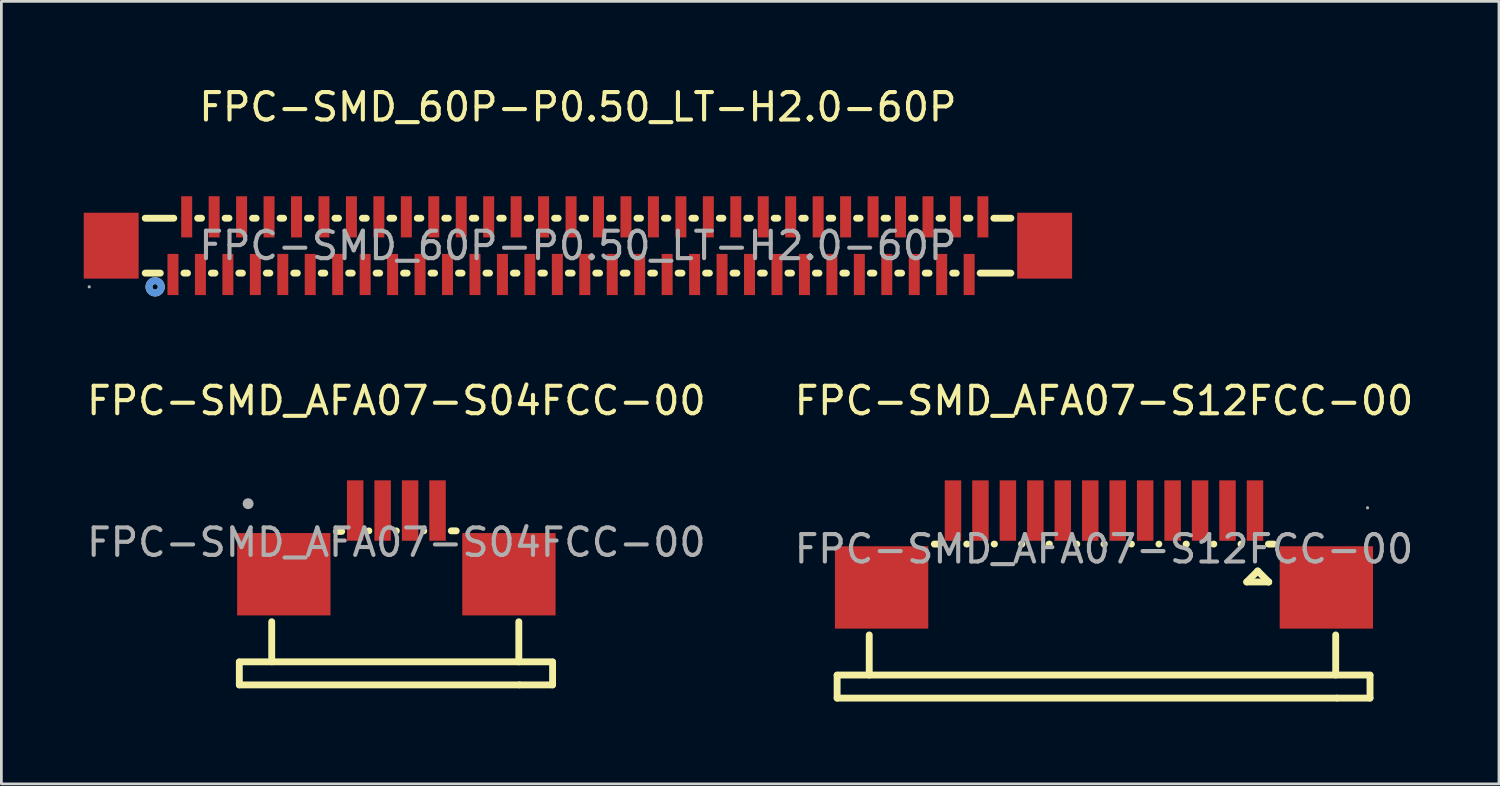
<source format=kicad_pcb>
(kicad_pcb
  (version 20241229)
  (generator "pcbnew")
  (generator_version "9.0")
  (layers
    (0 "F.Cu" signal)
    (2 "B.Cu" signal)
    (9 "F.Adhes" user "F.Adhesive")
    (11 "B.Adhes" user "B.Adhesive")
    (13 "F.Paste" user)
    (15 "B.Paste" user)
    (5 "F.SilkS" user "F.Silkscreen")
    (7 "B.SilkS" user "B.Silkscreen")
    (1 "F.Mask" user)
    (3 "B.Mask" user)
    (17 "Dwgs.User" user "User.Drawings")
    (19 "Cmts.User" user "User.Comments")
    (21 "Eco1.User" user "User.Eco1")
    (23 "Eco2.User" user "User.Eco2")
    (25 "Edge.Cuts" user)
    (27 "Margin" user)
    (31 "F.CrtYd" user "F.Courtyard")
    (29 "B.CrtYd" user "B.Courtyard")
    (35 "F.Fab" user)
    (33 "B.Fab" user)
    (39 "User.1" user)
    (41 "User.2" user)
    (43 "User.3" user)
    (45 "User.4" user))
  (footprint "FPC-SMD_60P-P0.50_LT-H2.0-60P"
    (layer "F.Cu")
    (at 18 5.898)
    (property "Reference" "FPC-SMD_60P-P0.50_LT-H2.0-60P" (at 0 -5.05 0) (layer "F.SilkS") (effects (font (size 1 1) (thickness 0.15))))
    (attr through_hole)
    (fp_line (start -15.76 1) (end -15.21 1) (stroke (width 0.25) (type solid)) (layer "F.SilkS"))
    (fp_line (start -14.72 -1) (end -15.76 -1) (stroke (width 0.25) (type solid)) (layer "F.SilkS"))
    (fp_line (start -14.35 1) (end -14.22 1) (stroke (width 0.25) (type solid)) (layer "F.SilkS"))
    (fp_line (start -13.71 -1) (end -13.85 -1) (stroke (width 0.25) (type solid)) (layer "F.SilkS"))
    (fp_line (start -13.35 1) (end -13.22 1) (stroke (width 0.25) (type solid)) (layer "F.SilkS"))
    (fp_line (start -12.71 -1) (end -12.85 -1) (stroke (width 0.25) (type solid)) (layer "F.SilkS"))
    (fp_line (start -12.35 1) (end -12.22 1) (stroke (width 0.25) (type solid)) (layer "F.SilkS"))
    (fp_line (start -11.72 -1) (end -11.85 -1) (stroke (width 0.25) (type solid)) (layer "F.SilkS"))
    (fp_line (start -11.35 1) (end -11.22 1) (stroke (width 0.25) (type solid)) (layer "F.SilkS"))
    (fp_line (start -10.72 -1) (end -10.85 -1) (stroke (width 0.25) (type solid)) (layer "F.SilkS"))
    (fp_line (start -10.35 1) (end -10.22 1) (stroke (width 0.25) (type solid)) (layer "F.SilkS"))
    (fp_line (start -9.72 -1) (end -9.85 -1) (stroke (width 0.25) (type solid)) (layer "F.SilkS"))
    (fp_line (start -9.35 1) (end -9.22 1) (stroke (width 0.25) (type solid)) (layer "F.SilkS"))
    (fp_line (start -8.72 -1) (end -8.85 -1) (stroke (width 0.25) (type solid)) (layer "F.SilkS"))
    (fp_line (start -8.35 1) (end -8.22 1) (stroke (width 0.25) (type solid)) (layer "F.SilkS"))
    (fp_line (start -7.71 -1) (end -7.85 -1) (stroke (width 0.25) (type solid)) (layer "F.SilkS"))
    (fp_line (start -7.35 1) (end -7.22 1) (stroke (width 0.25) (type solid)) (layer "F.SilkS"))
    (fp_line (start -6.71 -1) (end -6.85 -1) (stroke (width 0.25) (type solid)) (layer "F.SilkS"))
    (fp_line (start -6.35 1) (end -6.22 1) (stroke (width 0.25) (type solid)) (layer "F.SilkS"))
    (fp_line (start -5.72 -1) (end -5.85 -1) (stroke (width 0.25) (type solid)) (layer "F.SilkS"))
    (fp_line (start -5.35 1) (end -5.22 1) (stroke (width 0.25) (type solid)) (layer "F.SilkS"))
    (fp_line (start -4.72 -1) (end -4.85 -1) (stroke (width 0.25) (type solid)) (layer "F.SilkS"))
    (fp_line (start -4.35 1) (end -4.22 1) (stroke (width 0.25) (type solid)) (layer "F.SilkS"))
    (fp_line (start -3.72 -1) (end -3.85 -1) (stroke (width 0.25) (type solid)) (layer "F.SilkS"))
    (fp_line (start -3.35 1) (end -3.22 1) (stroke (width 0.25) (type solid)) (layer "F.SilkS"))
    (fp_line (start -2.72 -1) (end -2.85 -1) (stroke (width 0.25) (type solid)) (layer "F.SilkS"))
    (fp_line (start -2.35 1) (end -2.22 1) (stroke (width 0.25) (type solid)) (layer "F.SilkS"))
    (fp_line (start -1.72 -1) (end -1.85 -1) (stroke (width 0.25) (type solid)) (layer "F.SilkS"))
    (fp_line (start -1.35 1) (end -1.22 1) (stroke (width 0.25) (type solid)) (layer "F.SilkS"))
    (fp_line (start -0.72 -1) (end -0.85 -1) (stroke (width 0.25) (type solid)) (layer "F.SilkS"))
    (fp_line (start -0.35 1) (end -0.21 1) (stroke (width 0.25) (type solid)) (layer "F.SilkS"))
    (fp_line (start 0.28 -1) (end 0.15 -1) (stroke (width 0.25) (type solid)) (layer "F.SilkS"))
    (fp_line (start 0.65 1) (end 0.79 1) (stroke (width 0.25) (type solid)) (layer "F.SilkS"))
    (fp_line (start 1.28 -1) (end 1.15 -1) (stroke (width 0.25) (type solid)) (layer "F.SilkS"))
    (fp_line (start 1.65 1) (end 1.79 1) (stroke (width 0.25) (type solid)) (layer "F.SilkS"))
    (fp_line (start 2.28 -1) (end 2.15 -1) (stroke (width 0.25) (type solid)) (layer "F.SilkS"))
    (fp_line (start 2.65 1) (end 2.79 1) (stroke (width 0.25) (type solid)) (layer "F.SilkS"))
    (fp_line (start 3.28 -1) (end 3.15 -1) (stroke (width 0.25) (type solid)) (layer "F.SilkS"))
    (fp_line (start 3.65 1) (end 3.79 1) (stroke (width 0.25) (type solid)) (layer "F.SilkS"))
    (fp_line (start 4.28 -1) (end 4.15 -1) (stroke (width 0.25) (type solid)) (layer "F.SilkS"))
    (fp_line (start 4.65 1) (end 4.79 1) (stroke (width 0.25) (type solid)) (layer "F.SilkS"))
    (fp_line (start 5.28 -1) (end 5.15 -1) (stroke (width 0.25) (type solid)) (layer "F.SilkS"))
    (fp_line (start 5.65 1) (end 5.79 1) (stroke (width 0.25) (type solid)) (layer "F.SilkS"))
    (fp_line (start 6.28 -1) (end 6.15 -1) (stroke (width 0.25) (type solid)) (layer "F.SilkS"))
    (fp_line (start 6.65 1) (end 6.79 1) (stroke (width 0.25) (type solid)) (layer "F.SilkS"))
    (fp_line (start 7.28 -1) (end 7.15 -1) (stroke (width 0.25) (type solid)) (layer "F.SilkS"))
    (fp_line (start 7.65 1) (end 7.78 1) (stroke (width 0.25) (type solid)) (layer "F.SilkS"))
    (fp_line (start 8.28 -1) (end 8.15 -1) (stroke (width 0.25) (type solid)) (layer "F.SilkS"))
    (fp_line (start 8.65 1) (end 8.78 1) (stroke (width 0.25) (type solid)) (layer "F.SilkS"))
    (fp_line (start 9.28 -1) (end 9.15 -1) (stroke (width 0.25) (type solid)) (layer "F.SilkS"))
    (fp_line (start 9.65 1) (end 9.78 1) (stroke (width 0.25) (type solid)) (layer "F.SilkS"))
    (fp_line (start 10.28 -1) (end 10.15 -1) (stroke (width 0.25) (type solid)) (layer "F.SilkS"))
    (fp_line (start 10.65 1) (end 10.78 1) (stroke (width 0.25) (type solid)) (layer "F.SilkS"))
    (fp_line (start 11.28 -1) (end 11.15 -1) (stroke (width 0.25) (type solid)) (layer "F.SilkS"))
    (fp_line (start 11.65 1) (end 11.79 1) (stroke (width 0.25) (type solid)) (layer "F.SilkS"))
    (fp_line (start 12.28 -1) (end 12.15 -1) (stroke (width 0.25) (type solid)) (layer "F.SilkS"))
    (fp_line (start 12.65 1) (end 12.79 1) (stroke (width 0.25) (type solid)) (layer "F.SilkS"))
    (fp_line (start 13.28 -1) (end 13.15 -1) (stroke (width 0.25) (type solid)) (layer "F.SilkS"))
    (fp_line (start 13.65 1) (end 13.78 1) (stroke (width 0.25) (type solid)) (layer "F.SilkS"))
    (fp_line (start 14.28 -1) (end 14.15 -1) (stroke (width 0.25) (type solid)) (layer "F.SilkS"))
    (fp_line (start 14.65 1) (end 15.77 1) (stroke (width 0.25) (type solid)) (layer "F.SilkS"))
    (fp_line (start 15.77 -1) (end 15.15 -1) (stroke (width 0.25) (type solid)) (layer "F.SilkS"))
    (fp_circle (center -15.4 1.5) (end -15.3 1.5) (stroke (width 0.25) (type solid)) (fill no) (layer "F.SilkS"))
    (fp_circle (center -15.4 1.5) (end -15.3 1.5) (stroke (width 0.25) (type solid)) (fill no) (layer "Cmts.User"))
    (fp_circle (center -17.8 1.5) (end -17.77 1.5) (stroke (width 0.06) (type solid)) (fill no) (layer "F.Fab"))
    (fp_text user "${REFERENCE}" (at 0 0 0) (layer "F.Fab") (effects (font (size 1 1) (thickness 0.15))))
    (pad "1" smd rect (at -14.75 1.05) (size 0.4 1.5) (layers "F.Cu" "F.Mask" "F.Paste"))
    (pad "2" smd rect (at -14.25 -1.05) (size 0.4 1.5) (layers "F.Cu" "F.Mask" "F.Paste"))
    (pad "3" smd rect (at -13.75 1.05) (size 0.4 1.5) (layers "F.Cu" "F.Mask" "F.Paste"))
    (pad "4" smd rect (at -13.25 -1.05) (size 0.4 1.5) (layers "F.Cu" "F.Mask" "F.Paste"))
    (pad "5" smd rect (at -12.75 1.05) (size 0.4 1.5) (layers "F.Cu" "F.Mask" "F.Paste"))
    (pad "6" smd rect (at -12.25 -1.05) (size 0.4 1.5) (layers "F.Cu" "F.Mask" "F.Paste"))
    (pad "7" smd rect (at -11.75 1.05) (size 0.4 1.5) (layers "F.Cu" "F.Mask" "F.Paste"))
    (pad "8" smd rect (at -11.25 -1.05) (size 0.4 1.5) (layers "F.Cu" "F.Mask" "F.Paste"))
    (pad "9" smd rect (at -10.75 1.05) (size 0.4 1.5) (layers "F.Cu" "F.Mask" "F.Paste"))
    (pad "10" smd rect (at -10.25 -1.05) (size 0.4 1.5) (layers "F.Cu" "F.Mask" "F.Paste"))
    (pad "11" smd rect (at -9.75 1.05) (size 0.4 1.5) (layers "F.Cu" "F.Mask" "F.Paste"))
    (pad "12" smd rect (at -9.25 -1.05) (size 0.4 1.5) (layers "F.Cu" "F.Mask" "F.Paste"))
    (pad "13" smd rect (at -8.75 1.05) (size 0.4 1.5) (layers "F.Cu" "F.Mask" "F.Paste"))
    (pad "14" smd rect (at -8.25 -1.05) (size 0.4 1.5) (layers "F.Cu" "F.Mask" "F.Paste"))
    (pad "15" smd rect (at -7.75 1.05) (size 0.4 1.5) (layers "F.Cu" "F.Mask" "F.Paste"))
    (pad "16" smd rect (at -7.25 -1.05) (size 0.4 1.5) (layers "F.Cu" "F.Mask" "F.Paste"))
    (pad "17" smd rect (at -6.75 1.05) (size 0.4 1.5) (layers "F.Cu" "F.Mask" "F.Paste"))
    (pad "18" smd rect (at -6.25 -1.05) (size 0.4 1.5) (layers "F.Cu" "F.Mask" "F.Paste"))
    (pad "19" smd rect (at -5.75 1.05) (size 0.4 1.5) (layers "F.Cu" "F.Mask" "F.Paste"))
    (pad "20" smd rect (at -5.25 -1.05) (size 0.4 1.5) (layers "F.Cu" "F.Mask" "F.Paste"))
    (pad "21" smd rect (at -4.75 1.05) (size 0.4 1.5) (layers "F.Cu" "F.Mask" "F.Paste"))
    (pad "22" smd rect (at -4.25 -1.05) (size 0.4 1.5) (layers "F.Cu" "F.Mask" "F.Paste"))
    (pad "23" smd rect (at -3.75 1.05) (size 0.4 1.5) (layers "F.Cu" "F.Mask" "F.Paste"))
    (pad "24" smd rect (at -3.25 -1.05) (size 0.4 1.5) (layers "F.Cu" "F.Mask" "F.Paste"))
    (pad "25" smd rect (at -2.75 1.05) (size 0.4 1.5) (layers "F.Cu" "F.Mask" "F.Paste"))
    (pad "26" smd rect (at -2.25 -1.05) (size 0.4 1.5) (layers "F.Cu" "F.Mask" "F.Paste"))
    (pad "27" smd rect (at -1.75 1.05) (size 0.4 1.5) (layers "F.Cu" "F.Mask" "F.Paste"))
    (pad "28" smd rect (at -1.25 -1.05) (size 0.4 1.5) (layers "F.Cu" "F.Mask" "F.Paste"))
    (pad "29" smd rect (at -0.75 1.05) (size 0.4 1.5) (layers "F.Cu" "F.Mask" "F.Paste"))
    (pad "30" smd rect (at -0.25 -1.05) (size 0.4 1.5) (layers "F.Cu" "F.Mask" "F.Paste"))
    (pad "31" smd rect (at 0.25 1.05) (size 0.4 1.5) (layers "F.Cu" "F.Mask" "F.Paste"))
    (pad "32" smd rect (at 0.75 -1.05) (size 0.4 1.5) (layers "F.Cu" "F.Mask" "F.Paste"))
    (pad "33" smd rect (at 1.25 1.05) (size 0.4 1.5) (layers "F.Cu" "F.Mask" "F.Paste"))
    (pad "34" smd rect (at 1.75 -1.05) (size 0.4 1.5) (layers "F.Cu" "F.Mask" "F.Paste"))
    (pad "35" smd rect (at 2.25 1.05) (size 0.4 1.5) (layers "F.Cu" "F.Mask" "F.Paste"))
    (pad "36" smd rect (at 2.75 -1.05) (size 0.4 1.5) (layers "F.Cu" "F.Mask" "F.Paste"))
    (pad "37" smd rect (at 3.25 1.05) (size 0.4 1.5) (layers "F.Cu" "F.Mask" "F.Paste"))
    (pad "38" smd rect (at 3.75 -1.05) (size 0.4 1.5) (layers "F.Cu" "F.Mask" "F.Paste"))
    (pad "39" smd rect (at 4.25 1.05) (size 0.4 1.5) (layers "F.Cu" "F.Mask" "F.Paste"))
    (pad "40" smd rect (at 4.75 -1.05) (size 0.4 1.5) (layers "F.Cu" "F.Mask" "F.Paste"))
    (pad "41" smd rect (at 5.25 1.05) (size 0.4 1.5) (layers "F.Cu" "F.Mask" "F.Paste"))
    (pad "42" smd rect (at 5.75 -1.05) (size 0.4 1.5) (layers "F.Cu" "F.Mask" "F.Paste"))
    (pad "43" smd rect (at 6.25 1.05) (size 0.4 1.5) (layers "F.Cu" "F.Mask" "F.Paste"))
    (pad "44" smd rect (at 6.75 -1.05) (size 0.4 1.5) (layers "F.Cu" "F.Mask" "F.Paste"))
    (pad "45" smd rect (at 7.25 1.05) (size 0.4 1.5) (layers "F.Cu" "F.Mask" "F.Paste"))
    (pad "46" smd rect (at 7.75 -1.05) (size 0.4 1.5) (layers "F.Cu" "F.Mask" "F.Paste"))
    (pad "47" smd rect (at 8.25 1.05) (size 0.4 1.5) (layers "F.Cu" "F.Mask" "F.Paste"))
    (pad "48" smd rect (at 8.75 -1.05) (size 0.4 1.5) (layers "F.Cu" "F.Mask" "F.Paste"))
    (pad "49" smd rect (at 9.25 1.05) (size 0.4 1.5) (layers "F.Cu" "F.Mask" "F.Paste"))
    (pad "50" smd rect (at 9.75 -1.05) (size 0.4 1.5) (layers "F.Cu" "F.Mask" "F.Paste"))
    (pad "51" smd rect (at 10.25 1.05) (size 0.4 1.5) (layers "F.Cu" "F.Mask" "F.Paste"))
    (pad "52" smd rect (at 10.75 -1.05) (size 0.4 1.5) (layers "F.Cu" "F.Mask" "F.Paste"))
    (pad "53" smd rect (at 11.25 1.05) (size 0.4 1.5) (layers "F.Cu" "F.Mask" "F.Paste"))
    (pad "54" smd rect (at 11.75 -1.05) (size 0.4 1.5) (layers "F.Cu" "F.Mask" "F.Paste"))
    (pad "55" smd rect (at 12.25 1.05) (size 0.4 1.5) (layers "F.Cu" "F.Mask" "F.Paste"))
    (pad "56" smd rect (at 12.75 -1.05) (size 0.4 1.5) (layers "F.Cu" "F.Mask" "F.Paste"))
    (pad "57" smd rect (at 13.25 1.05) (size 0.4 1.5) (layers "F.Cu" "F.Mask" "F.Paste"))
    (pad "58" smd rect (at 13.75 -1.05) (size 0.4 1.5) (layers "F.Cu" "F.Mask" "F.Paste"))
    (pad "59" smd rect (at 14.25 1.05) (size 0.4 1.5) (layers "F.Cu" "F.Mask" "F.Paste"))
    (pad "60" smd rect (at 14.75 -1.05) (size 0.4 1.5) (layers "F.Cu" "F.Mask" "F.Paste"))
    (pad "61" smd rect (at 17 0 90) (size 2.4 2) (layers "F.Cu" "F.Mask" "F.Paste"))
    (pad "62" smd rect (at -17 0 90) (size 2.4 2) (layers "F.Cu" "F.Mask" "F.Paste")))
  (footprint "FPC-SMD_AFA07-S12FCC-00"
    (layer "F.Cu")
    (at 37.161 16.947)
    (property "Reference" "FPC-SMD_AFA07-S12FCC-00" (at 0 -5.4 0) (layer "F.SilkS") (effects (font (size 1 1) (thickness 0.15))))
    (attr through_hole)
    (fp_line (start -9.72 5.43) (end -9.72 4.6) (stroke (width 0.25) (type solid)) (layer "F.SilkS"))
    (fp_line (start -9.72 5.43) (end 8.48 5.43) (stroke (width 0.25) (type solid)) (layer "F.SilkS"))
    (fp_line (start -8.55 4.59) (end -8.55 3.13) (stroke (width 0.25) (type solid)) (layer "F.SilkS"))
    (fp_line (start -6.18 -0.18) (end -5.99 -0.18) (stroke (width 0.25) (type solid)) (layer "F.SilkS"))
    (fp_line (start -5 -0.18) (end -4.99 -0.18) (stroke (width 0.25) (type solid)) (layer "F.SilkS"))
    (fp_line (start -4 -0.18) (end -3.99 -0.18) (stroke (width 0.25) (type solid)) (layer "F.SilkS"))
    (fp_line (start -3 -0.18) (end -2.99 -0.18) (stroke (width 0.25) (type solid)) (layer "F.SilkS"))
    (fp_line (start -2 -0.18) (end -1.99 -0.18) (stroke (width 0.25) (type solid)) (layer "F.SilkS"))
    (fp_line (start -1 -0.18) (end -0.99 -0.18) (stroke (width 0.25) (type solid)) (layer "F.SilkS"))
    (fp_line (start 0 -0.18) (end 0.01 -0.18) (stroke (width 0.25) (type solid)) (layer "F.SilkS"))
    (fp_line (start 1 -0.18) (end 1 -0.18) (stroke (width 0.25) (type solid)) (layer "F.SilkS"))
    (fp_line (start 2 -0.18) (end 2 -0.18) (stroke (width 0.25) (type solid)) (layer "F.SilkS"))
    (fp_line (start 2.99 -0.18) (end 3 -0.18) (stroke (width 0.25) (type solid)) (layer "F.SilkS"))
    (fp_line (start 3.99 -0.18) (end 4 -0.18) (stroke (width 0.25) (type solid)) (layer "F.SilkS"))
    (fp_line (start 4.99 -0.18) (end 5 -0.18) (stroke (width 0.25) (type solid)) (layer "F.SilkS"))
    (fp_line (start 5.2 1.2) (end 6 1.2) (stroke (width 0.25) (type solid)) (layer "F.SilkS"))
    (fp_line (start 5.6 0.8) (end 5.2 1.2) (stroke (width 0.25) (type solid)) (layer "F.SilkS"))
    (fp_line (start 5.99 -0.18) (end 6.18 -0.18) (stroke (width 0.25) (type solid)) (layer "F.SilkS"))
    (fp_line (start 6 1.2) (end 5.6 0.8) (stroke (width 0.25) (type solid)) (layer "F.SilkS"))
    (fp_line (start 6 1.2) (end 6 1.2) (stroke (width 0.25) (type solid)) (layer "F.SilkS"))
    (fp_line (start 8.44 4.59) (end 8.44 3.13) (stroke (width 0.25) (type solid)) (layer "F.SilkS"))
    (fp_line (start 9.69 4.59) (end -9.72 4.59) (stroke (width 0.25) (type solid)) (layer "F.SilkS"))
    (fp_line (start 9.69 5.43) (end 8.49 5.43) (stroke (width 0.25) (type solid)) (layer "F.SilkS"))
    (fp_line (start 9.69 5.43) (end 9.69 4.6) (stroke (width 0.25) (type solid)) (layer "F.SilkS"))
    (fp_circle (center 9.6 -1.5) (end 9.63 -1.5) (stroke (width 0.06) (type solid)) (fill no) (layer "F.Fab"))
    (fp_text user "${REFERENCE}" (at 0 0 0) (layer "F.Fab") (effects (font (size 1 1) (thickness 0.15))))
    (pad "1" smd rect (at 5.5 -1.4 180) (size 0.6 2.2) (layers "F.Cu" "F.Mask" "F.Paste"))
    (pad "2" smd rect (at 4.5 -1.4 180) (size 0.6 2.2) (layers "F.Cu" "F.Mask" "F.Paste"))
    (pad "3" smd rect (at 3.5 -1.4 180) (size 0.6 2.2) (layers "F.Cu" "F.Mask" "F.Paste"))
    (pad "4" smd rect (at 2.5 -1.4 180) (size 0.6 2.2) (layers "F.Cu" "F.Mask" "F.Paste"))
    (pad "5" smd rect (at 1.5 -1.4 180) (size 0.6 2.2) (layers "F.Cu" "F.Mask" "F.Paste"))
    (pad "6" smd rect (at 0.5 -1.4 180) (size 0.6 2.2) (layers "F.Cu" "F.Mask" "F.Paste"))
    (pad "7" smd rect (at -0.5 -1.4 180) (size 0.6 2.2) (layers "F.Cu" "F.Mask" "F.Paste"))
    (pad "8" smd rect (at -1.5 -1.4 180) (size 0.6 2.2) (layers "F.Cu" "F.Mask" "F.Paste"))
    (pad "9" smd rect (at -2.5 -1.4 180) (size 0.6 2.2) (layers "F.Cu" "F.Mask" "F.Paste"))
    (pad "10" smd rect (at -3.5 -1.4 180) (size 0.6 2.2) (layers "F.Cu" "F.Mask" "F.Paste"))
    (pad "11" smd rect (at -4.5 -1.4 180) (size 0.6 2.2) (layers "F.Cu" "F.Mask" "F.Paste"))
    (pad "12" smd rect (at -5.5 -1.4 180) (size 0.6 2.2) (layers "F.Cu" "F.Mask" "F.Paste"))
    (pad "13" smd rect (at -8.1 1.4 270) (size 3 3.4) (layers "F.Cu" "F.Mask" "F.Paste"))
    (pad "14" smd rect (at 8.1 1.4 180) (size 3.4 3) (layers "F.Cu" "F.Mask" "F.Paste")))
  (footprint "FPC-SMD_AFA07-S04FCC-00"
    (layer "F.Cu")
    (at 11.387 16.706)
    (property "Reference" "FPC-SMD_AFA07-S04FCC-00" (at 0 -5.16 0) (layer "F.SilkS") (effects (font (size 1 1) (thickness 0.15))))
    (attr through_hole)
    (fp_line (start -5.72 5.19) (end -5.72 4.36) (stroke (width 0.25) (type solid)) (layer "F.SilkS"))
    (fp_line (start -5.72 5.19) (end 4.48 5.19) (stroke (width 0.25) (type solid)) (layer "F.SilkS"))
    (fp_line (start -4.54 4.35) (end -4.54 2.89) (stroke (width 0.25) (type solid)) (layer "F.SilkS"))
    (fp_line (start -2.18 -0.4) (end -1.99 -0.4) (stroke (width 0.25) (type solid)) (layer "F.SilkS"))
    (fp_line (start -1 -0.42) (end -1 -0.42) (stroke (width 0.25) (type solid)) (layer "F.SilkS"))
    (fp_line (start 0 -0.42) (end 0 -0.42) (stroke (width 0.25) (type solid)) (layer "F.SilkS"))
    (fp_line (start 1 -0.42) (end 1 -0.42) (stroke (width 0.25) (type solid)) (layer "F.SilkS"))
    (fp_line (start 2 -0.42) (end 2.18 -0.42) (stroke (width 0.25) (type solid)) (layer "F.SilkS"))
    (fp_line (start 4.46 4.35) (end 4.46 2.89) (stroke (width 0.25) (type solid)) (layer "F.SilkS"))
    (fp_line (start 5.69 4.35) (end -5.72 4.35) (stroke (width 0.25) (type solid)) (layer "F.SilkS"))
    (fp_line (start 5.69 5.19) (end 4.49 5.19) (stroke (width 0.25) (type solid)) (layer "F.SilkS"))
    (fp_line (start 5.69 5.19) (end 5.69 4.36) (stroke (width 0.25) (type solid)) (layer "F.SilkS"))
    (fp_circle (center -5.4 -1.41) (end -5.3 -1.41) (stroke (width 0.2) (type solid)) (fill no) (layer "F.Fab"))
    (fp_text user "${REFERENCE}" (at 0 0 0) (layer "F.Fab") (effects (font (size 1 1) (thickness 0.15))))
    (pad "1" smd rect (at 1.5 -1.16 180) (size 0.6 2.2) (layers "F.Cu" "F.Mask" "F.Paste"))
    (pad "2" smd rect (at 0.5 -1.16 180) (size 0.6 2.2) (layers "F.Cu" "F.Mask" "F.Paste"))
    (pad "3" smd rect (at -0.5 -1.16 180) (size 0.6 2.2) (layers "F.Cu" "F.Mask" "F.Paste"))
    (pad "4" smd rect (at -1.5 -1.16 180) (size 0.6 2.2) (layers "F.Cu" "F.Mask" "F.Paste"))
    (pad "5" smd rect (at -4.1 1.16 270) (size 3 3.4) (layers "F.Cu" "F.Mask" "F.Paste"))
    (pad "6" smd rect (at 4.1 1.16 180) (size 3.4 3) (layers "F.Cu" "F.Mask" "F.Paste")))
  (gr_rect
    (start -3 -3)
    (end 51.548 25.502)
    (stroke (width 0.1) (type default))
    (fill no)
    (layer "Edge.Cuts")))
</source>
